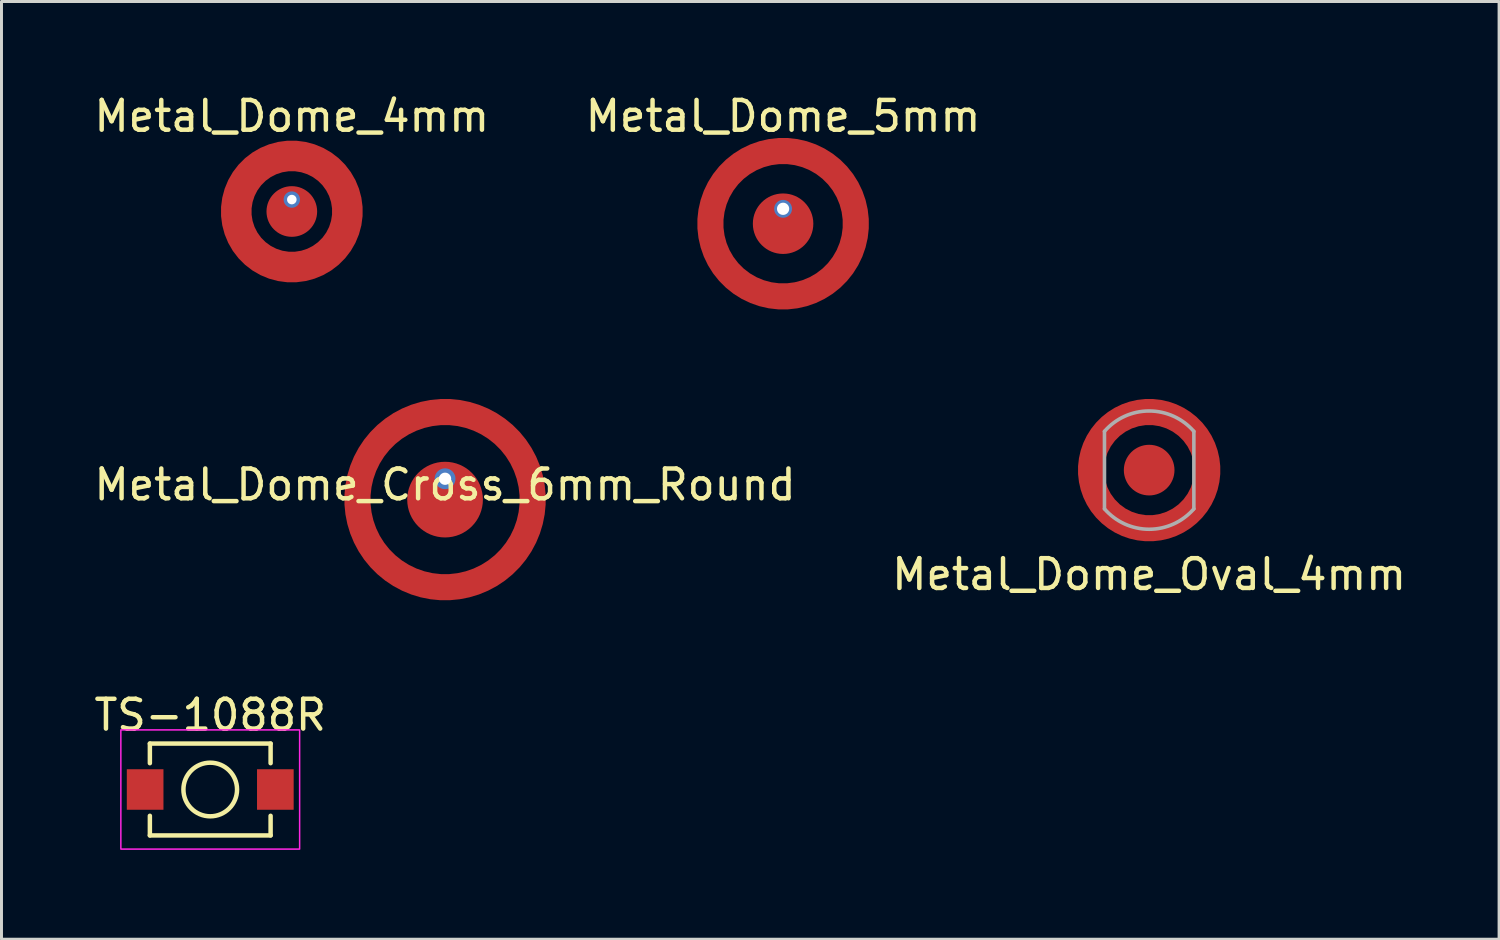
<source format=kicad_pcb>
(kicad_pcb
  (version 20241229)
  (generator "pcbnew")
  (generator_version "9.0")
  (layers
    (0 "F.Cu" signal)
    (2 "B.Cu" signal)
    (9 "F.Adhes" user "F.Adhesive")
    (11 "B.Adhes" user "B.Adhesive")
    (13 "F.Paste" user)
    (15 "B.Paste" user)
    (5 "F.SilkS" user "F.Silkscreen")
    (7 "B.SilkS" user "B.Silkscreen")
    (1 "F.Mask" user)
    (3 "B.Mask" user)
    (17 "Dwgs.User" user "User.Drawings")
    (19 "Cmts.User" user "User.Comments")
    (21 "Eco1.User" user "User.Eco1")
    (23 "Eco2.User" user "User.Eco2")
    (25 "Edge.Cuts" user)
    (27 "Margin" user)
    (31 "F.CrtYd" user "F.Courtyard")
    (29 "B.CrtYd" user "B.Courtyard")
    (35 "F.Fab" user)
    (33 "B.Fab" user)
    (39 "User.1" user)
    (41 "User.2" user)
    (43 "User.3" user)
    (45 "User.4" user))
  (footprint "Metal_Dome_Oval_4mm"
    (layer "F.Cu")
    (at 35.518 12.728)
    (property "Reference" "Metal_Dome_Oval_4mm" (at 0 3.5 0) (unlocked yes) (layer "F.SilkS") (effects (font (size 1 1) (thickness 0.15))))
    (attr through_hole)
    (fp_line (start -1.5 -1.3) (end -1.5 1.3) (stroke (width 0.12) (type solid)) (layer "F.Fab"))
    (fp_line (start 1.5 -1.3) (end 1.5 1.3) (stroke (width 0.12) (type solid)) (layer "F.Fab"))
    (fp_arc (start -1.499999 -1.299999) (mid 0 -1.984942) (end 1.499999 -1.299999) (stroke (width 0.12) (type solid)) (layer "F.Fab"))
    (fp_arc (start 1.500651 1.299246) (mid 0.000498 1.984942) (end -1.499999 1.299999) (stroke (width 0.12) (type solid)) (layer "F.Fab"))
    (pad "1" smd circle (at 0 0) (size 1.7 1.7) (layers "F.Cu" "F.Mask"))
    (pad "2" smd custom (at -1.95 0) (size 0.8 0.8) (layers "F.Cu" "F.Mask") (options (anchor circle)) (primitives (gr_circle (center 1.95 0) (end 3.9 0) (width 0.88) (fill no)))))
  (footprint "Metal_Dome_Cross_6mm_Round"
    (layer "F.Cu")
    (at 11.887 13.718)
    (property "Reference" "Metal_Dome_Cross_6mm_Round" (at 0 -0.5 0) (unlocked yes) (layer "F.SilkS") (effects (font (size 1 1) (thickness 0.15))))
    (pad "1" thru_hole circle (at 0 -0.7) (size 0.7 0.7) (drill 0.41) (layers "*.Cu" "*.Mask"))
    (pad "1" smd circle (at 0 0) (size 2.54 2.54) (layers "F.Cu" "F.Mask"))
    (pad "2" smd custom (at 2.94 0) (size 0.88 0.88) (layers "F.Cu" "F.Mask") (options (anchor circle)) (primitives (gr_circle (center -2.94 0) (end 0 0) (width 0.88) (fill no)))))
  (footprint "TS-1088R"
    (layer "F.Cu")
    (at 4.006 23.447)
    (property "Reference" "TS-1088R" (at 0 -2.5 0) (layer "F.SilkS") (effects (font (size 1 1) (thickness 0.15))))
    (attr smd)
    (fp_line (start -2.026 -1.541) (end -2.026 -0.883) (stroke (width 0.15) (type solid)) (layer "F.SilkS"))
    (fp_line (start -2.026 1.541) (end -2.026 0.883) (stroke (width 0.15) (type solid)) (layer "F.SilkS"))
    (fp_line (start 2.026 -1.541) (end -2.026 -1.541) (stroke (width 0.15) (type solid)) (layer "F.SilkS"))
    (fp_line (start 2.026 -1.541) (end 2.026 -0.883) (stroke (width 0.15) (type solid)) (layer "F.SilkS"))
    (fp_line (start 2.026 1.541) (end -2.026 1.541) (stroke (width 0.15) (type solid)) (layer "F.SilkS"))
    (fp_line (start 2.026 1.541) (end 2.026 0.883) (stroke (width 0.15) (type solid)) (layer "F.SilkS"))
    (fp_circle (center 0 0) (end 0.9 0) (stroke (width 0.15) (type solid)) (fill no) (layer "F.SilkS"))
    (fp_rect (start -3 -2) (end 3 2) (stroke (width 0.05) (type default)) (fill no) (layer "F.CrtYd"))
    (pad "1" smd rect (at -2.185 0) (size 1.23 1.36) (layers "F.Cu" "F.Mask" "F.Paste"))
    (pad "2" smd rect (at 2.185 0) (size 1.23 1.36) (layers "F.Cu" "F.Mask" "F.Paste")))
  (footprint "Metal_Dome_5mm"
    (layer "F.Cu")
    (at 23.232 4.458)
    (property "Reference" "Metal_Dome_5mm" (at 0 -3.61 0) (unlocked yes) (layer "F.SilkS") (effects (font (size 1 1) (thickness 0.15))))
    (attr smd)
    (fp_circle (center 0 0) (end 2.44 0) (stroke (width 0) (type solid)) (fill yes) (layer "F.Mask"))
    (pad "1" thru_hole circle (at 0 -0.5) (size 0.6 0.6) (drill 0.41) (layers "*.Cu" "*.Mask"))
    (pad "1" smd circle (at 0 0) (size 2.03 2.03) (layers "F.Cu" "F.Mask"))
    (pad "2" smd custom (at 2.44 0 180) (size 0.88 0.88) (layers "F.Cu" "F.Mask") (options (anchor circle)) (primitives (gr_circle (center 2.44 0) (end 4.88 0) (width 0.88) (fill no)))))
  (footprint "Metal_Dome_4mm"
    (layer "F.Cu")
    (at 6.744 4.048)
    (property "Reference" "Metal_Dome_4mm" (at 0 -3.2 0) (unlocked yes) (layer "F.SilkS") (effects (font (size 1 1) (thickness 0.15))))
    (attr smd)
    (fp_circle (center 0 0) (end 1.865 0) (stroke (width 0.1) (type solid)) (fill yes) (layer "F.Mask"))
    (pad "1" thru_hole circle (at 0 -0.4) (size 0.55 0.55) (drill 0.32) (layers "*.Cu" "*.Mask"))
    (pad "1" smd circle (at 0 0) (size 1.7 1.7) (layers "F.Cu" "F.Mask"))
    (pad "2" smd custom (at 1.865 0 180) (size 1.03 1.03) (layers "F.Cu" "F.Mask") (options (anchor circle)) (primitives (gr_circle (center 1.865 0) (end 3.73 0) (width 1.03) (fill no)))))
  (gr_rect
    (start -3 -3)
    (end 47.262 28.472)
    (stroke (width 0.1) (type default))
    (fill no)
    (layer "Edge.Cuts")))
</source>
